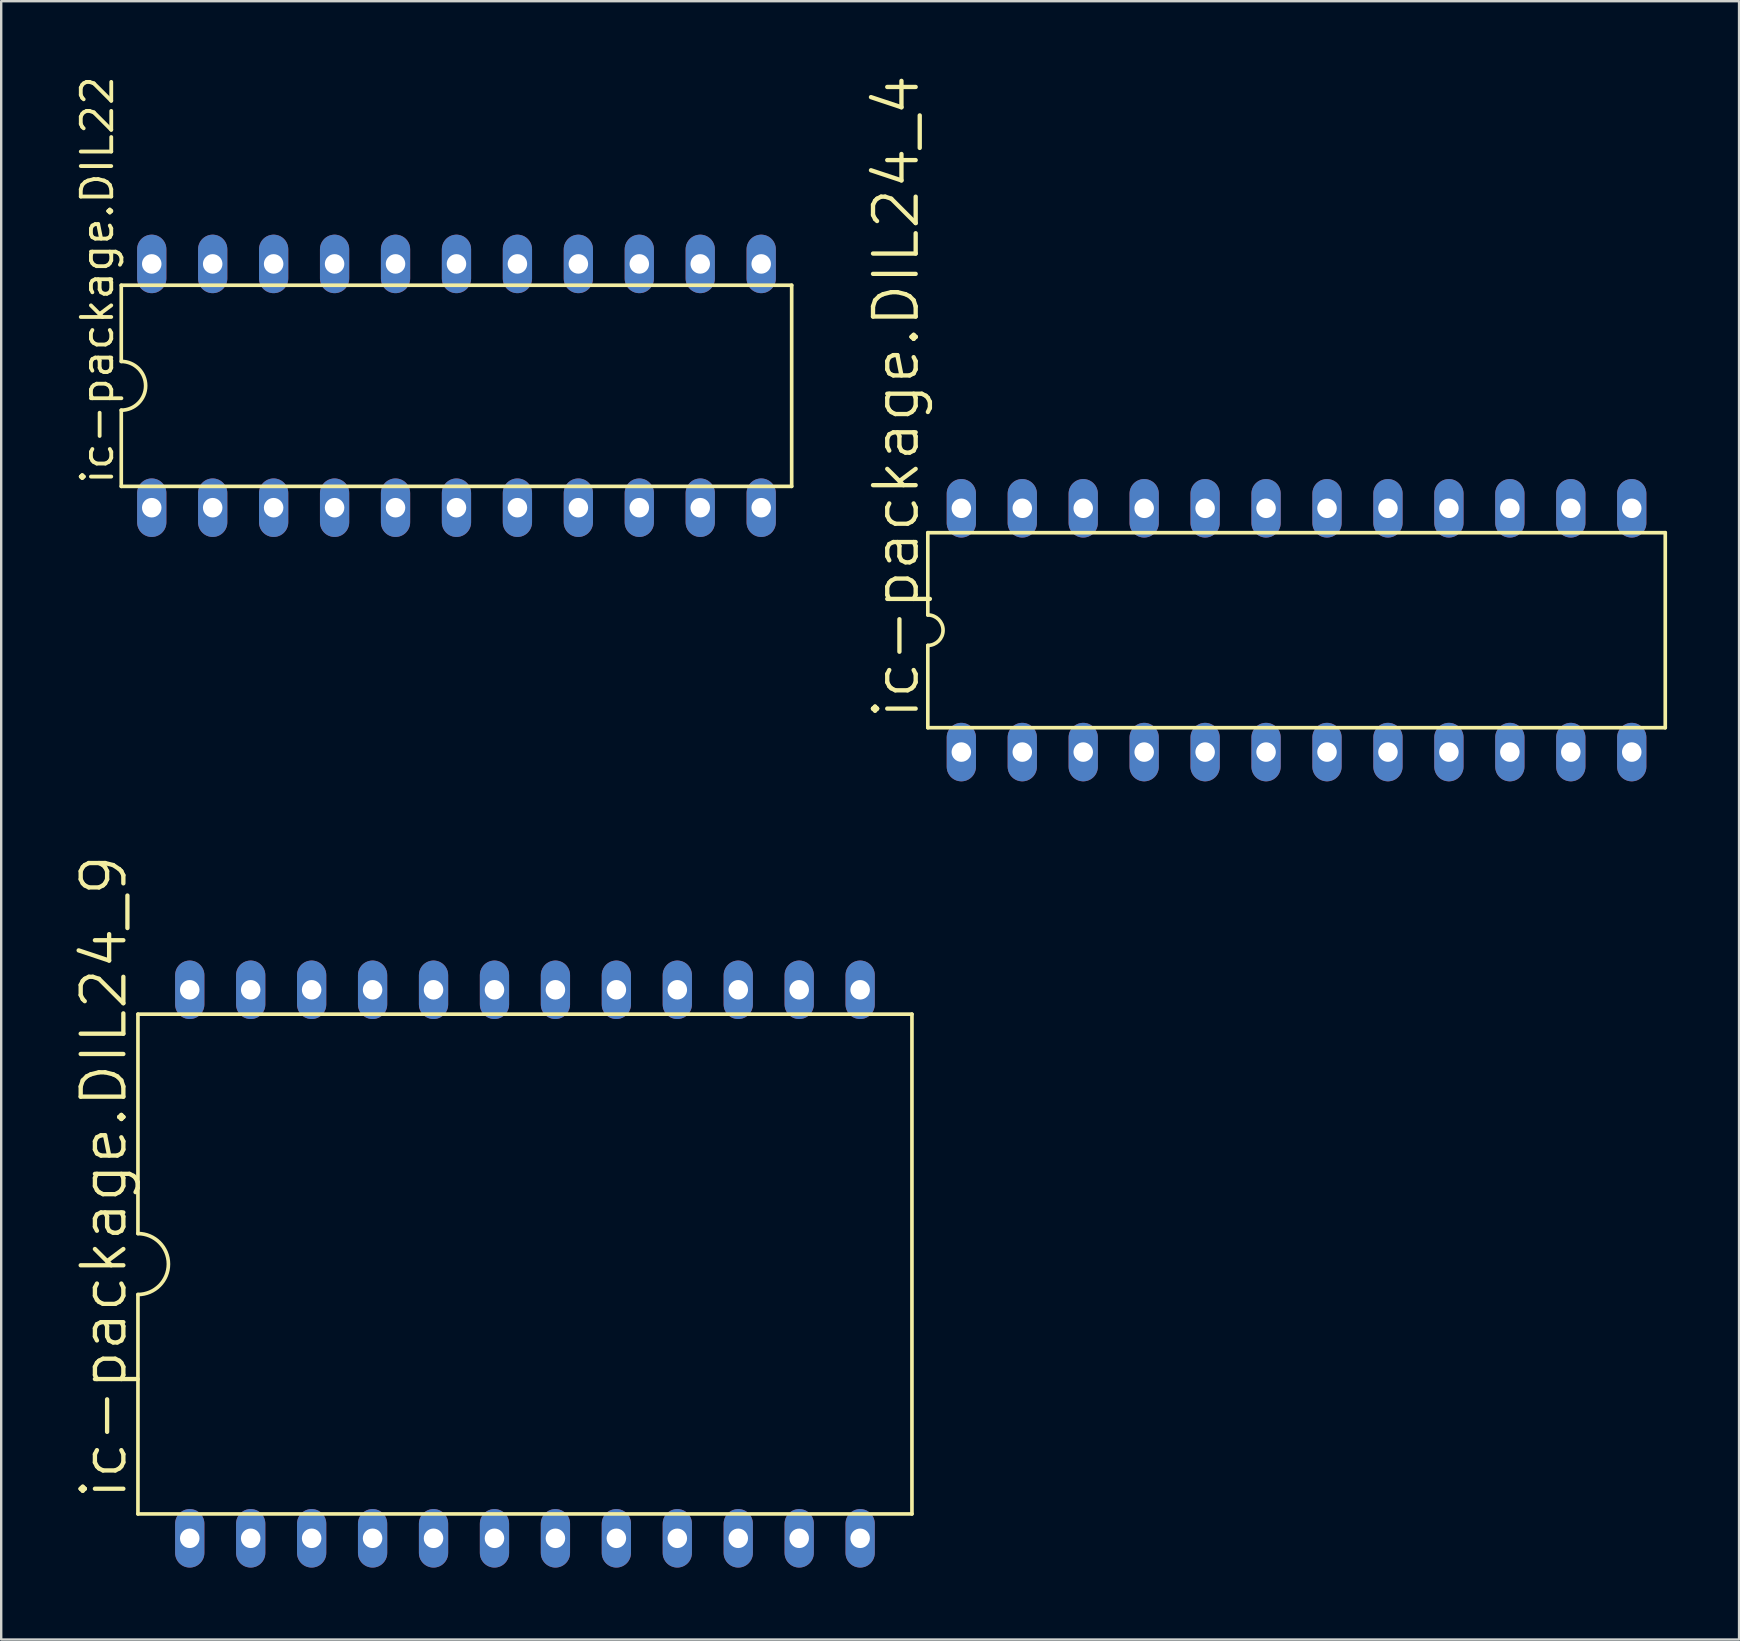
<source format=kicad_pcb>
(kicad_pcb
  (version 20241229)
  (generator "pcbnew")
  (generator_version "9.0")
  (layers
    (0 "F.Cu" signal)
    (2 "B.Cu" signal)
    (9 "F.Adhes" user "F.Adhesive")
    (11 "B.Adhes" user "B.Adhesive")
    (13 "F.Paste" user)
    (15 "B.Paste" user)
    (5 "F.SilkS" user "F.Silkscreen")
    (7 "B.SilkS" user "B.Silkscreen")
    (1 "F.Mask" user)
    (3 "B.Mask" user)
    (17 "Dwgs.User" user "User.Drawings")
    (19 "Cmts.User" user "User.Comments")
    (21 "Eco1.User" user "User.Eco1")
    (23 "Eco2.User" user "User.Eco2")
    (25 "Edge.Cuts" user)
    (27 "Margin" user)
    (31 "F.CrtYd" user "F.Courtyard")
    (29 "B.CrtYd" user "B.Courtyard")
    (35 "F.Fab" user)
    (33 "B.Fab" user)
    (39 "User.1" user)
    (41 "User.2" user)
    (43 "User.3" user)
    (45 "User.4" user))
  (footprint "ic-package.DIL22"
    (layer "F.Cu")
    (at 15.974 13.029)
    (property "Reference" "ic-package.DIL22" (at -14.224 4.191 90) (layer "F.SilkS") (effects (font (size 1.27 1.27) (thickness 0.16)) (justify left bottom)))
    (attr through_hole)
    (fp_line (start -13.97 -4.191) (end -13.97 -1.016) (stroke (width 0.152) (type default)) (layer "F.SilkS"))
    (fp_line (start -13.97 4.191) (end -13.97 1.016) (stroke (width 0.152) (type default)) (layer "F.SilkS"))
    (fp_line (start -13.97 4.191) (end 13.97 4.191) (stroke (width 0.152) (type default)) (layer "F.SilkS"))
    (fp_line (start 13.97 -4.191) (end -13.97 -4.191) (stroke (width 0.152) (type default)) (layer "F.SilkS"))
    (fp_line (start 13.97 -4.191) (end 13.97 4.191) (stroke (width 0.152) (type default)) (layer "F.SilkS"))
    (fp_arc (start -13.97 -1.016) (mid -12.954 0) (end -13.97 1.016) (stroke (width 0.1524) (type default)) (layer "F.SilkS"))
    (pad "1" thru_hole oval (at -12.7 5.08 90) (size 2.438 1.219) (drill 0.813) (layers "*.Cu" "*.Mask"))
    (pad "2" thru_hole oval (at -10.16 5.08 90) (size 2.438 1.219) (drill 0.813) (layers "*.Cu" "*.Mask"))
    (pad "3" thru_hole oval (at -7.62 5.08 90) (size 2.438 1.219) (drill 0.813) (layers "*.Cu" "*.Mask"))
    (pad "4" thru_hole oval (at -5.08 5.08 90) (size 2.438 1.219) (drill 0.813) (layers "*.Cu" "*.Mask"))
    (pad "5" thru_hole oval (at -2.54 5.08 90) (size 2.438 1.219) (drill 0.813) (layers "*.Cu" "*.Mask"))
    (pad "6" thru_hole oval (at 0 5.08 90) (size 2.438 1.219) (drill 0.813) (layers "*.Cu" "*.Mask"))
    (pad "7" thru_hole oval (at 2.54 5.08 90) (size 2.438 1.219) (drill 0.813) (layers "*.Cu" "*.Mask"))
    (pad "8" thru_hole oval (at 5.08 5.08 90) (size 2.438 1.219) (drill 0.813) (layers "*.Cu" "*.Mask"))
    (pad "9" thru_hole oval (at 7.62 5.08 90) (size 2.438 1.219) (drill 0.813) (layers "*.Cu" "*.Mask"))
    (pad "10" thru_hole oval (at 10.16 5.08 90) (size 2.438 1.219) (drill 0.813) (layers "*.Cu" "*.Mask"))
    (pad "11" thru_hole oval (at 12.7 5.08 90) (size 2.438 1.219) (drill 0.813) (layers "*.Cu" "*.Mask"))
    (pad "12" thru_hole oval (at 12.7 -5.08 90) (size 2.438 1.219) (drill 0.813) (layers "*.Cu" "*.Mask"))
    (pad "13" thru_hole oval (at 10.16 -5.08 90) (size 2.438 1.219) (drill 0.813) (layers "*.Cu" "*.Mask"))
    (pad "14" thru_hole oval (at 7.62 -5.08 90) (size 2.438 1.219) (drill 0.813) (layers "*.Cu" "*.Mask"))
    (pad "15" thru_hole oval (at 5.08 -5.08 90) (size 2.438 1.219) (drill 0.813) (layers "*.Cu" "*.Mask"))
    (pad "16" thru_hole oval (at 2.54 -5.08 90) (size 2.438 1.219) (drill 0.813) (layers "*.Cu" "*.Mask"))
    (pad "17" thru_hole oval (at 0 -5.08 90) (size 2.438 1.219) (drill 0.813) (layers "*.Cu" "*.Mask"))
    (pad "18" thru_hole oval (at -2.54 -5.08 90) (size 2.438 1.219) (drill 0.813) (layers "*.Cu" "*.Mask"))
    (pad "19" thru_hole oval (at -5.08 -5.08 90) (size 2.438 1.219) (drill 0.813) (layers "*.Cu" "*.Mask"))
    (pad "20" thru_hole oval (at -7.62 -5.08 90) (size 2.438 1.219) (drill 0.813) (layers "*.Cu" "*.Mask"))
    (pad "21" thru_hole oval (at -10.16 -5.08 90) (size 2.438 1.219) (drill 0.813) (layers "*.Cu" "*.Mask"))
    (pad "22" thru_hole oval (at -12.7 -5.08 90) (size 2.438 1.219) (drill 0.813) (layers "*.Cu" "*.Mask")))
  (footprint "ic-package.DIL24_9"
    (layer "F.Cu")
    (at 18.828 49.631)
    (property "Reference" "ic-package.DIL24_9" (at -16.51 9.906 90) (layer "F.SilkS") (effects (font (size 1.778 1.778) (thickness 0.18)) (justify left bottom)))
    (attr through_hole)
    (fp_line (start -16.129 -10.414) (end -16.129 -1.27) (stroke (width 0.152) (type default)) (layer "F.SilkS"))
    (fp_line (start -16.129 -10.414) (end 16.129 -10.414) (stroke (width 0.152) (type default)) (layer "F.SilkS"))
    (fp_line (start -16.129 1.27) (end -16.129 10.414) (stroke (width 0.152) (type default)) (layer "F.SilkS"))
    (fp_line (start -16.129 10.414) (end 16.129 10.414) (stroke (width 0.152) (type default)) (layer "F.SilkS"))
    (fp_line (start 16.129 10.414) (end 16.129 -10.414) (stroke (width 0.152) (type default)) (layer "F.SilkS"))
    (fp_arc (start -16.129 -1.27) (mid -14.859 0) (end -16.129 1.27) (stroke (width 0.1524) (type default)) (layer "F.SilkS"))
    (pad "1" thru_hole oval (at -13.97 11.43 90) (size 2.438 1.219) (drill 0.813) (layers "*.Cu" "*.Mask"))
    (pad "2" thru_hole oval (at -11.43 11.43 90) (size 2.438 1.219) (drill 0.813) (layers "*.Cu" "*.Mask"))
    (pad "3" thru_hole oval (at -8.89 11.43 90) (size 2.438 1.219) (drill 0.813) (layers "*.Cu" "*.Mask"))
    (pad "4" thru_hole oval (at -6.35 11.43 90) (size 2.438 1.219) (drill 0.813) (layers "*.Cu" "*.Mask"))
    (pad "5" thru_hole oval (at -3.81 11.43 90) (size 2.438 1.219) (drill 0.813) (layers "*.Cu" "*.Mask"))
    (pad "6" thru_hole oval (at -1.27 11.43 90) (size 2.438 1.219) (drill 0.813) (layers "*.Cu" "*.Mask"))
    (pad "7" thru_hole oval (at 1.27 11.43 90) (size 2.438 1.219) (drill 0.813) (layers "*.Cu" "*.Mask"))
    (pad "8" thru_hole oval (at 3.81 11.43 90) (size 2.438 1.219) (drill 0.813) (layers "*.Cu" "*.Mask"))
    (pad "9" thru_hole oval (at 6.35 11.43 90) (size 2.438 1.219) (drill 0.813) (layers "*.Cu" "*.Mask"))
    (pad "10" thru_hole oval (at 8.89 11.43 90) (size 2.438 1.219) (drill 0.813) (layers "*.Cu" "*.Mask"))
    (pad "11" thru_hole oval (at 11.43 11.43 90) (size 2.438 1.219) (drill 0.813) (layers "*.Cu" "*.Mask"))
    (pad "12" thru_hole oval (at 13.97 11.43 90) (size 2.438 1.219) (drill 0.813) (layers "*.Cu" "*.Mask"))
    (pad "13" thru_hole oval (at 13.97 -11.43 90) (size 2.438 1.219) (drill 0.813) (layers "*.Cu" "*.Mask"))
    (pad "14" thru_hole oval (at 11.43 -11.43 90) (size 2.438 1.219) (drill 0.813) (layers "*.Cu" "*.Mask"))
    (pad "15" thru_hole oval (at 8.89 -11.43 90) (size 2.438 1.219) (drill 0.813) (layers "*.Cu" "*.Mask"))
    (pad "16" thru_hole oval (at 6.35 -11.43 90) (size 2.438 1.219) (drill 0.813) (layers "*.Cu" "*.Mask"))
    (pad "17" thru_hole oval (at 3.81 -11.43 90) (size 2.438 1.219) (drill 0.813) (layers "*.Cu" "*.Mask"))
    (pad "18" thru_hole oval (at 1.27 -11.43 90) (size 2.438 1.219) (drill 0.813) (layers "*.Cu" "*.Mask"))
    (pad "19" thru_hole oval (at -1.27 -11.43 90) (size 2.438 1.219) (drill 0.813) (layers "*.Cu" "*.Mask"))
    (pad "20" thru_hole oval (at -3.81 -11.43 90) (size 2.438 1.219) (drill 0.813) (layers "*.Cu" "*.Mask"))
    (pad "21" thru_hole oval (at -6.35 -11.43 90) (size 2.438 1.219) (drill 0.813) (layers "*.Cu" "*.Mask"))
    (pad "22" thru_hole oval (at -8.89 -11.43 90) (size 2.438 1.219) (drill 0.813) (layers "*.Cu" "*.Mask"))
    (pad "23" thru_hole oval (at -11.43 -11.43 90) (size 2.438 1.219) (drill 0.813) (layers "*.Cu" "*.Mask"))
    (pad "24" thru_hole oval (at -13.97 -11.43 90) (size 2.438 1.219) (drill 0.813) (layers "*.Cu" "*.Mask")))
  (footprint "ic-package.DIL24_4"
    (layer "F.Cu")
    (at 50.985 23.214)
    (property "Reference" "ic-package.DIL24_4" (at -15.646 3.81 90) (layer "F.SilkS") (effects (font (size 1.778 1.778) (thickness 0.18)) (justify left bottom)))
    (attr through_hole)
    (fp_line (start -15.367 -4.064) (end -15.367 -0.635) (stroke (width 0.152) (type default)) (layer "F.SilkS"))
    (fp_line (start -15.367 -4.064) (end 15.367 -4.064) (stroke (width 0.152) (type default)) (layer "F.SilkS"))
    (fp_line (start -15.367 0.635) (end -15.367 4.064) (stroke (width 0.152) (type default)) (layer "F.SilkS"))
    (fp_line (start -15.367 4.064) (end 15.367 4.064) (stroke (width 0.152) (type default)) (layer "F.SilkS"))
    (fp_line (start 15.367 4.064) (end 15.367 -4.064) (stroke (width 0.152) (type default)) (layer "F.SilkS"))
    (fp_arc (start -15.367 -0.635) (mid -14.732 0) (end -15.367 0.635) (stroke (width 0.1524) (type default)) (layer "F.SilkS"))
    (pad "1" thru_hole oval (at -13.97 5.08 90) (size 2.438 1.219) (drill 0.813) (layers "*.Cu" "*.Mask"))
    (pad "2" thru_hole oval (at -11.43 5.08 90) (size 2.438 1.219) (drill 0.813) (layers "*.Cu" "*.Mask"))
    (pad "3" thru_hole oval (at -8.89 5.08 90) (size 2.438 1.219) (drill 0.813) (layers "*.Cu" "*.Mask"))
    (pad "4" thru_hole oval (at -6.35 5.08 90) (size 2.438 1.219) (drill 0.813) (layers "*.Cu" "*.Mask"))
    (pad "5" thru_hole oval (at -3.81 5.08 90) (size 2.438 1.219) (drill 0.813) (layers "*.Cu" "*.Mask"))
    (pad "6" thru_hole oval (at -1.27 5.08 90) (size 2.438 1.219) (drill 0.813) (layers "*.Cu" "*.Mask"))
    (pad "7" thru_hole oval (at 1.27 5.08 90) (size 2.438 1.219) (drill 0.813) (layers "*.Cu" "*.Mask"))
    (pad "8" thru_hole oval (at 3.81 5.08 90) (size 2.438 1.219) (drill 0.813) (layers "*.Cu" "*.Mask"))
    (pad "9" thru_hole oval (at 6.35 5.08 90) (size 2.438 1.219) (drill 0.813) (layers "*.Cu" "*.Mask"))
    (pad "10" thru_hole oval (at 8.89 5.08 90) (size 2.438 1.219) (drill 0.813) (layers "*.Cu" "*.Mask"))
    (pad "11" thru_hole oval (at 11.43 5.08 90) (size 2.438 1.219) (drill 0.813) (layers "*.Cu" "*.Mask"))
    (pad "12" thru_hole oval (at 13.97 5.08 90) (size 2.438 1.219) (drill 0.813) (layers "*.Cu" "*.Mask"))
    (pad "13" thru_hole oval (at 13.97 -5.08 90) (size 2.438 1.219) (drill 0.813) (layers "*.Cu" "*.Mask"))
    (pad "14" thru_hole oval (at 11.43 -5.08 90) (size 2.438 1.219) (drill 0.813) (layers "*.Cu" "*.Mask"))
    (pad "15" thru_hole oval (at 8.89 -5.08 90) (size 2.438 1.219) (drill 0.813) (layers "*.Cu" "*.Mask"))
    (pad "16" thru_hole oval (at 6.35 -5.08 90) (size 2.438 1.219) (drill 0.813) (layers "*.Cu" "*.Mask"))
    (pad "17" thru_hole oval (at 3.81 -5.08 90) (size 2.438 1.219) (drill 0.813) (layers "*.Cu" "*.Mask"))
    (pad "18" thru_hole oval (at 1.27 -5.08 90) (size 2.438 1.219) (drill 0.813) (layers "*.Cu" "*.Mask"))
    (pad "19" thru_hole oval (at -1.27 -5.08 90) (size 2.438 1.219) (drill 0.813) (layers "*.Cu" "*.Mask"))
    (pad "20" thru_hole oval (at -3.81 -5.08 90) (size 2.438 1.219) (drill 0.813) (layers "*.Cu" "*.Mask"))
    (pad "21" thru_hole oval (at -6.35 -5.08 90) (size 2.438 1.219) (drill 0.813) (layers "*.Cu" "*.Mask"))
    (pad "22" thru_hole oval (at -8.89 -5.08 90) (size 2.438 1.219) (drill 0.813) (layers "*.Cu" "*.Mask"))
    (pad "23" thru_hole oval (at -11.43 -5.08 90) (size 2.438 1.219) (drill 0.813) (layers "*.Cu" "*.Mask"))
    (pad "24" thru_hole oval (at -13.97 -5.08 90) (size 2.438 1.219) (drill 0.813) (layers "*.Cu" "*.Mask")))
  (gr_rect
    (start -3 -3)
    (end 69.428 65.28)
    (stroke (width 0.1) (type default))
    (fill no)
    (layer "Edge.Cuts")))
</source>
